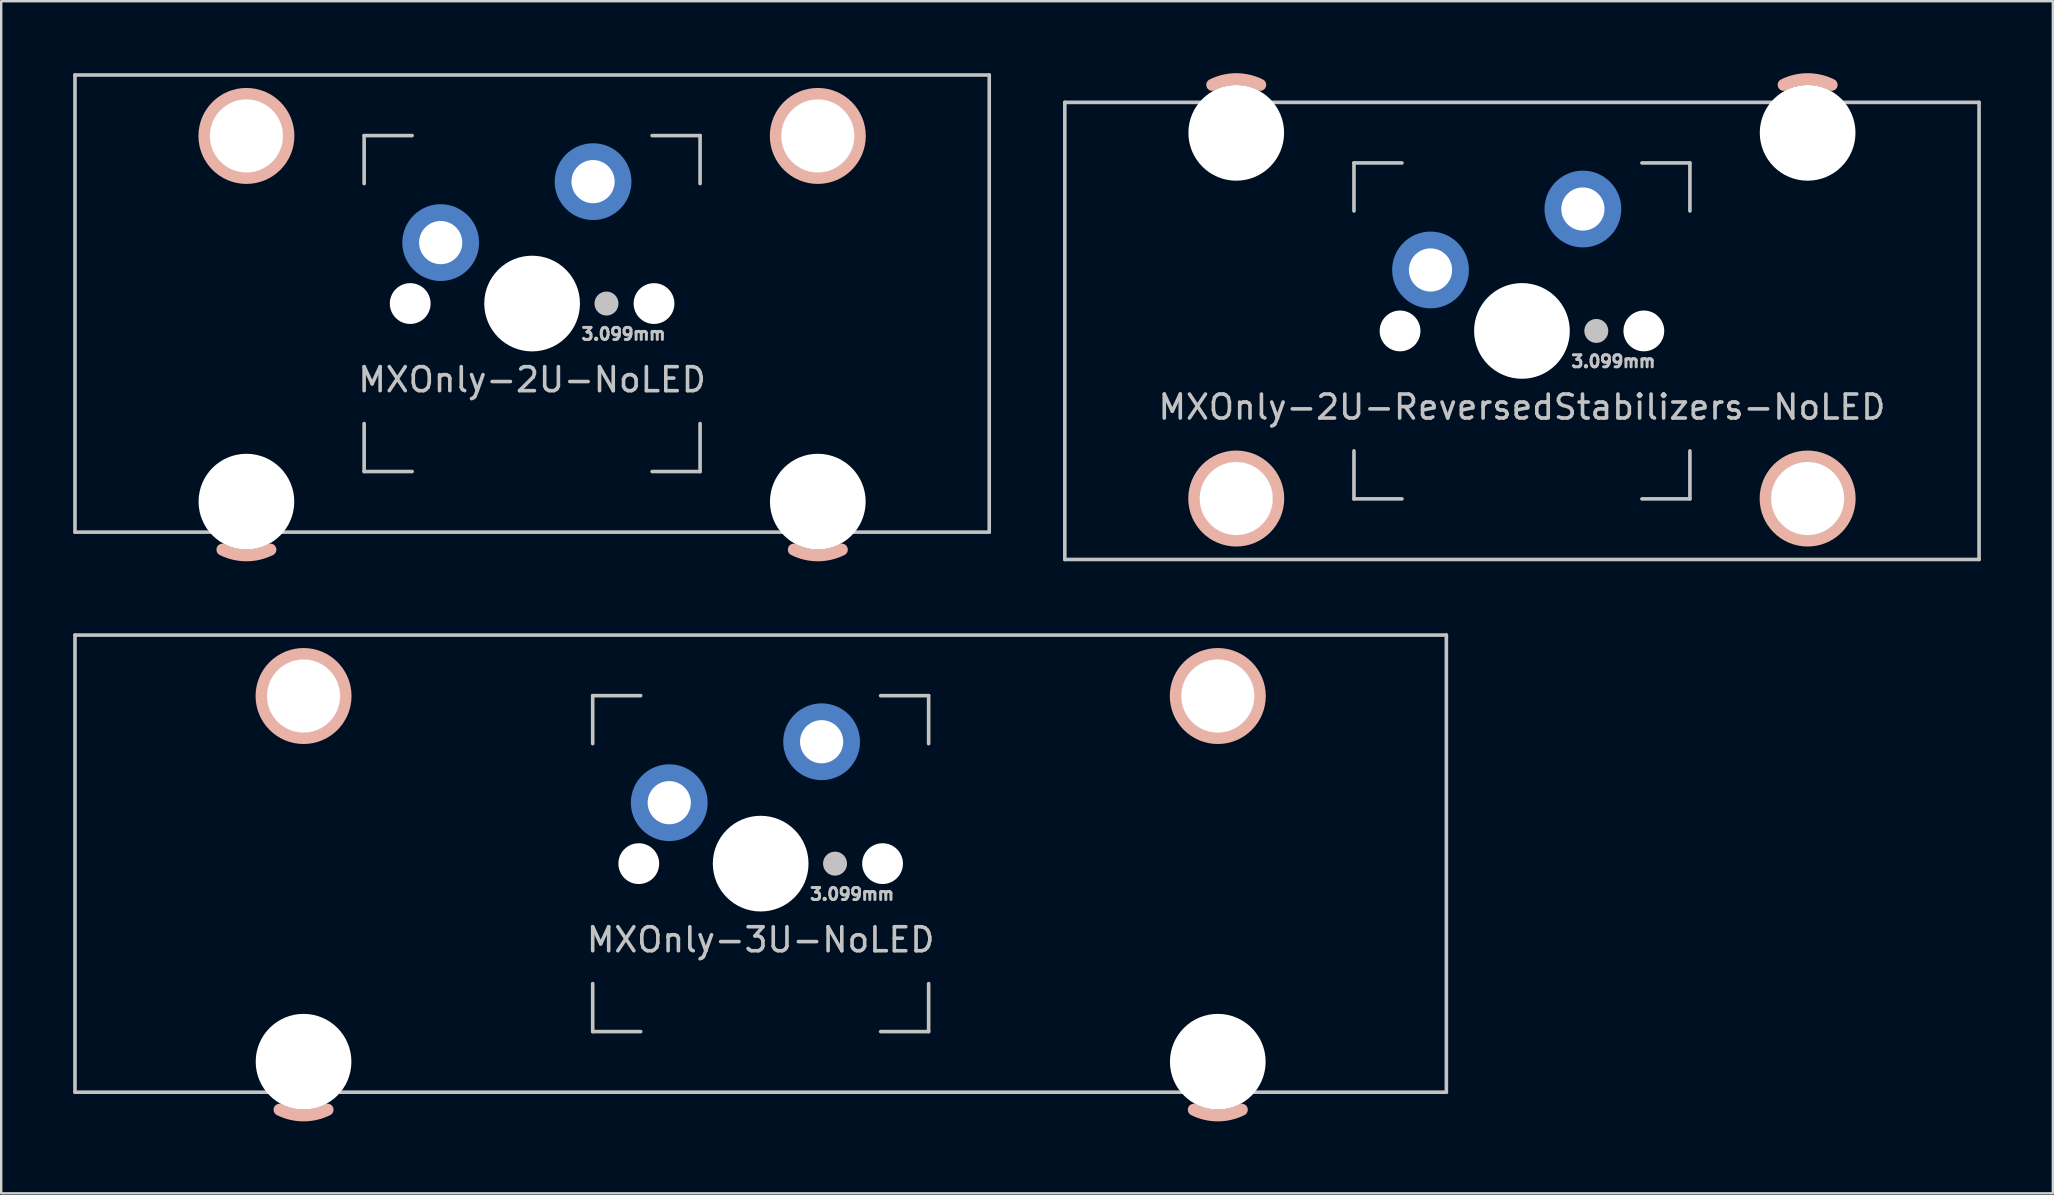
<source format=kicad_pcb>
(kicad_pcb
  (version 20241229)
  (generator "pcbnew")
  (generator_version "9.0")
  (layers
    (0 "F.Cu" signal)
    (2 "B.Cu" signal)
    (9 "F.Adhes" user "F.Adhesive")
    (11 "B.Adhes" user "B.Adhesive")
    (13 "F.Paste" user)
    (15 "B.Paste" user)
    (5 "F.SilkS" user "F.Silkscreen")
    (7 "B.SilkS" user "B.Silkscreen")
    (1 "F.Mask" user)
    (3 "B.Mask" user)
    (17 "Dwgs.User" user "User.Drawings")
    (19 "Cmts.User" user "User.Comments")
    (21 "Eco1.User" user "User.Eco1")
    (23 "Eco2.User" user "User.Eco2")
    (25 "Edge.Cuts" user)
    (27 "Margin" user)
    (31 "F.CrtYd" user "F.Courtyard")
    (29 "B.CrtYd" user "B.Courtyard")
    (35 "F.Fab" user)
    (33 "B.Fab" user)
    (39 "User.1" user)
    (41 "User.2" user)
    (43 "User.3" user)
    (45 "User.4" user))
  (footprint "MXOnly-2U-NoLED"
    (layer "F.Cu")
    (at 19.125 9.6)
    (property "Reference" "MXOnly-2U-NoLED" (at 0 3.175 0) (layer "Dwgs.User") (effects (font (size 1 1) (thickness 0.15))))
    (attr through_hole)
    (fp_arc (start -10.90625 10.255) (mid -11.905663 10.491068) (end -12.905199 10.255525) (stroke (width 0.5) (type solid)) (layer "B.SilkS"))
    (fp_arc (start 12.90625 10.255) (mid 11.906837 10.491068) (end 10.907301 10.255525) (stroke (width 0.5) (type solid)) (layer "B.SilkS"))
    (fp_circle (center -11.906 -6.985) (end -10.156 -6.985) (stroke (width 0.5) (type solid)) (fill no) (layer "B.SilkS"))
    (fp_circle (center 11.906 -6.985) (end 13.656 -6.985) (stroke (width 0.5) (type solid)) (fill no) (layer "B.SilkS"))
    (fp_line (start -19.05 -9.525) (end 19.05 -9.525) (stroke (width 0.15) (type solid)) (layer "Dwgs.User"))
    (fp_line (start -19.05 9.525) (end -19.05 -9.525) (stroke (width 0.15) (type solid)) (layer "Dwgs.User"))
    (fp_line (start -19.05 9.525) (end 19.05 9.525) (stroke (width 0.15) (type solid)) (layer "Dwgs.User"))
    (fp_line (start -7 -7) (end -7 -5) (stroke (width 0.15) (type solid)) (layer "Dwgs.User"))
    (fp_line (start -7 5) (end -7 7) (stroke (width 0.15) (type solid)) (layer "Dwgs.User"))
    (fp_line (start -7 7) (end -5 7) (stroke (width 0.15) (type solid)) (layer "Dwgs.User"))
    (fp_line (start -5 -7) (end -7 -7) (stroke (width 0.15) (type solid)) (layer "Dwgs.User"))
    (fp_line (start 5 -7) (end 7 -7) (stroke (width 0.15) (type solid)) (layer "Dwgs.User"))
    (fp_line (start 5 7) (end 7 7) (stroke (width 0.15) (type solid)) (layer "Dwgs.User"))
    (fp_line (start 7 -7) (end 7 -5) (stroke (width 0.15) (type solid)) (layer "Dwgs.User"))
    (fp_line (start 7 7) (end 7 5) (stroke (width 0.15) (type solid)) (layer "Dwgs.User"))
    (fp_line (start 19.05 -9.525) (end 19.05 9.525) (stroke (width 0.15) (type solid)) (layer "Dwgs.User"))
    (fp_text user "3.099mm" (at 3.81 1.27 0) (layer "Dwgs.User") (effects (font (size 0.5 0.5) (thickness 0.125))))
    (pad "" np_thru_hole circle (at -11.906 -6.985 180) (size 3.048 3.048) (drill 3.048) (layers "*.Cu" "*.Mask"))
    (pad "" np_thru_hole circle (at -11.906 8.255 180) (size 3.988 3.988) (drill 3.988) (layers "*.Cu" "*.Mask"))
    (pad "" np_thru_hole circle (at -5.08 0 48.099) (size 1.7 1.7) (drill 1.7) (layers "*.Cu" "*.Mask"))
    (pad "" smd circle (at -3.81 -2.54) (size 2.8 2.8) (layers "B.Mask"))
    (pad "" np_thru_hole circle (at 0 0) (size 3.988 3.988) (drill 3.988) (layers "*.Cu" "*.Mask"))
    (pad "" smd circle (at 2.54 -5.08) (size 2.8 2.8) (layers "B.Mask"))
    (pad "" smd circle (at 3.099 0) (size 1 1) (layers "Dwgs.User"))
    (pad "" np_thru_hole circle (at 5.08 0 48.099) (size 1.7 1.7) (drill 1.7) (layers "*.Cu" "*.Mask"))
    (pad "" np_thru_hole circle (at 11.906 -6.985 180) (size 3.048 3.048) (drill 3.048) (layers "*.Cu" "*.Mask"))
    (pad "" np_thru_hole circle (at 11.906 8.255 180) (size 3.988 3.988) (drill 3.988) (layers "*.Cu" "*.Mask"))
    (pad "1" thru_hole circle (at -3.81 -2.54) (size 2.4 2.4) (drill 1.8) (layers "*.Cu"))
    (pad "1" connect circle (at -3.81 -2.54) (size 3.2 3.2) (layers "B.Cu"))
    (pad "2" thru_hole circle (at 2.54 -5.08) (size 2.4 2.4) (drill 1.8) (layers "*.Cu"))
    (pad "2" connect circle (at 2.54 -5.08) (size 3.2 3.2) (layers "B.Cu")))
  (footprint "MXOnly-3U-NoLED"
    (layer "F.Cu")
    (at 28.65 32.941)
    (property "Reference" "MXOnly-3U-NoLED" (at 0 3.175 0) (layer "Dwgs.User") (effects (font (size 1 1) (thickness 0.15))))
    (attr through_hole)
    (fp_arc (start -18.05 10.255) (mid -19.049413 10.491068) (end -20.048949 10.255525) (stroke (width 0.5) (type solid)) (layer "B.SilkS"))
    (fp_arc (start 20.05 10.255) (mid 19.050587 10.491068) (end 18.051051 10.255525) (stroke (width 0.5) (type solid)) (layer "B.SilkS"))
    (fp_circle (center -19.05 -6.985) (end -17.3 -6.985) (stroke (width 0.5) (type solid)) (fill no) (layer "B.SilkS"))
    (fp_circle (center 19.05 -6.985) (end 20.8 -6.985) (stroke (width 0.5) (type solid)) (fill no) (layer "B.SilkS"))
    (fp_line (start -28.575 -9.525) (end 28.575 -9.525) (stroke (width 0.15) (type solid)) (layer "Dwgs.User"))
    (fp_line (start -28.575 9.525) (end -28.575 -9.525) (stroke (width 0.15) (type solid)) (layer "Dwgs.User"))
    (fp_line (start -28.575 9.525) (end 28.575 9.525) (stroke (width 0.15) (type solid)) (layer "Dwgs.User"))
    (fp_line (start -7 -7) (end -7 -5) (stroke (width 0.15) (type solid)) (layer "Dwgs.User"))
    (fp_line (start -7 5) (end -7 7) (stroke (width 0.15) (type solid)) (layer "Dwgs.User"))
    (fp_line (start -7 7) (end -5 7) (stroke (width 0.15) (type solid)) (layer "Dwgs.User"))
    (fp_line (start -5 -7) (end -7 -7) (stroke (width 0.15) (type solid)) (layer "Dwgs.User"))
    (fp_line (start 5 -7) (end 7 -7) (stroke (width 0.15) (type solid)) (layer "Dwgs.User"))
    (fp_line (start 5 7) (end 7 7) (stroke (width 0.15) (type solid)) (layer "Dwgs.User"))
    (fp_line (start 7 -7) (end 7 -5) (stroke (width 0.15) (type solid)) (layer "Dwgs.User"))
    (fp_line (start 7 7) (end 7 5) (stroke (width 0.15) (type solid)) (layer "Dwgs.User"))
    (fp_line (start 28.575 -9.525) (end 28.575 9.525) (stroke (width 0.15) (type solid)) (layer "Dwgs.User"))
    (fp_text user "3.099mm" (at 3.81 1.27 0) (layer "Dwgs.User") (effects (font (size 0.5 0.5) (thickness 0.125))))
    (pad "" np_thru_hole circle (at -19.05 -6.985) (size 3.048 3.048) (drill 3.048) (layers "*.Cu" "*.Mask"))
    (pad "" np_thru_hole circle (at -19.05 8.255) (size 3.988 3.988) (drill 3.988) (layers "*.Cu" "*.Mask"))
    (pad "" np_thru_hole circle (at -5.08 0 48.099) (size 1.7 1.7) (drill 1.7) (layers "*.Cu" "*.Mask"))
    (pad "" smd circle (at -3.81 -2.54) (size 2.8 2.8) (layers "B.Mask"))
    (pad "" np_thru_hole circle (at 0 0) (size 3.988 3.988) (drill 3.988) (layers "*.Cu" "*.Mask"))
    (pad "" smd circle (at 2.54 -5.08) (size 2.8 2.8) (layers "B.Mask"))
    (pad "" smd circle (at 3.099 0) (size 1 1) (layers "Dwgs.User"))
    (pad "" np_thru_hole circle (at 5.08 0 48.099) (size 1.7 1.7) (drill 1.7) (layers "*.Cu" "*.Mask"))
    (pad "" np_thru_hole circle (at 19.05 -6.985) (size 3.048 3.048) (drill 3.048) (layers "*.Cu" "*.Mask"))
    (pad "" np_thru_hole circle (at 19.05 8.255) (size 3.988 3.988) (drill 3.988) (layers "*.Cu" "*.Mask"))
    (pad "1" thru_hole circle (at -3.81 -2.54) (size 2.4 2.4) (drill 1.8) (layers "*.Cu"))
    (pad "1" connect circle (at -3.81 -2.54) (size 3.2 3.2) (layers "B.Cu"))
    (pad "2" thru_hole circle (at 2.54 -5.08) (size 2.4 2.4) (drill 1.8) (layers "*.Cu"))
    (pad "2" connect circle (at 2.54 -5.08) (size 3.2 3.2) (layers "B.Cu")))
  (footprint "MXOnly-2U-ReversedStabilizers-NoLED"
    (layer "F.Cu")
    (at 60.375 10.741)
    (property "Reference" "MXOnly-2U-ReversedStabilizers-NoLED" (at 0 3.175 0) (layer "Dwgs.User") (effects (font (size 1 1) (thickness 0.15))))
    (attr through_hole)
    (fp_arc (start -12.90625 -10.255) (mid -11.906837 -10.491068) (end -10.907301 -10.255525) (stroke (width 0.5) (type solid)) (layer "B.SilkS"))
    (fp_arc (start 10.90625 -10.255) (mid 11.905663 -10.491068) (end 12.905199 -10.255525) (stroke (width 0.5) (type solid)) (layer "B.SilkS"))
    (fp_circle (center -11.906 6.985) (end -13.656 6.985) (stroke (width 0.5) (type solid)) (fill no) (layer "B.SilkS"))
    (fp_circle (center 11.906 6.985) (end 10.156 6.985) (stroke (width 0.5) (type solid)) (fill no) (layer "B.SilkS"))
    (fp_line (start -19.05 -9.525) (end 19.05 -9.525) (stroke (width 0.15) (type solid)) (layer "Dwgs.User"))
    (fp_line (start -19.05 9.525) (end -19.05 -9.525) (stroke (width 0.15) (type solid)) (layer "Dwgs.User"))
    (fp_line (start -19.05 9.525) (end 19.05 9.525) (stroke (width 0.15) (type solid)) (layer "Dwgs.User"))
    (fp_line (start -7 -7) (end -7 -5) (stroke (width 0.15) (type solid)) (layer "Dwgs.User"))
    (fp_line (start -7 5) (end -7 7) (stroke (width 0.15) (type solid)) (layer "Dwgs.User"))
    (fp_line (start -7 7) (end -5 7) (stroke (width 0.15) (type solid)) (layer "Dwgs.User"))
    (fp_line (start -5 -7) (end -7 -7) (stroke (width 0.15) (type solid)) (layer "Dwgs.User"))
    (fp_line (start 5 -7) (end 7 -7) (stroke (width 0.15) (type solid)) (layer "Dwgs.User"))
    (fp_line (start 5 7) (end 7 7) (stroke (width 0.15) (type solid)) (layer "Dwgs.User"))
    (fp_line (start 7 -7) (end 7 -5) (stroke (width 0.15) (type solid)) (layer "Dwgs.User"))
    (fp_line (start 7 7) (end 7 5) (stroke (width 0.15) (type solid)) (layer "Dwgs.User"))
    (fp_line (start 19.05 -9.525) (end 19.05 9.525) (stroke (width 0.15) (type solid)) (layer "Dwgs.User"))
    (fp_text user "3.099mm" (at 3.81 1.27 0) (layer "Dwgs.User") (effects (font (size 0.5 0.5) (thickness 0.125))))
    (pad "" np_thru_hole circle (at -11.906 -8.255) (size 3.988 3.988) (drill 3.988) (layers "*.Cu" "*.Mask"))
    (pad "" np_thru_hole circle (at -11.906 6.985) (size 3.048 3.048) (drill 3.048) (layers "*.Cu" "*.Mask"))
    (pad "" np_thru_hole circle (at -5.08 0 48.099) (size 1.7 1.7) (drill 1.7) (layers "*.Cu" "*.Mask"))
    (pad "" smd circle (at -3.81 -2.54) (size 2.8 2.8) (layers "B.Mask"))
    (pad "" np_thru_hole circle (at 0 0) (size 3.988 3.988) (drill 3.988) (layers "*.Cu" "*.Mask"))
    (pad "" smd circle (at 2.54 -5.08) (size 2.8 2.8) (layers "B.Mask"))
    (pad "" smd circle (at 3.099 0) (size 1 1) (layers "Dwgs.User"))
    (pad "" np_thru_hole circle (at 5.08 0 48.099) (size 1.7 1.7) (drill 1.7) (layers "*.Cu" "*.Mask"))
    (pad "" np_thru_hole circle (at 11.906 -8.255) (size 3.988 3.988) (drill 3.988) (layers "*.Cu" "*.Mask"))
    (pad "" np_thru_hole circle (at 11.906 6.985) (size 3.048 3.048) (drill 3.048) (layers "*.Cu" "*.Mask"))
    (pad "1" thru_hole circle (at -3.81 -2.54) (size 2.4 2.4) (drill 1.8) (layers "*.Cu"))
    (pad "1" connect circle (at -3.81 -2.54) (size 3.2 3.2) (layers "B.Cu"))
    (pad "2" thru_hole circle (at 2.54 -5.08) (size 2.4 2.4) (drill 1.8) (layers "*.Cu"))
    (pad "2" connect circle (at 2.54 -5.08) (size 3.2 3.2) (layers "B.Cu")))
  (gr_rect
    (start -3 -3)
    (end 82.5 46.682)
    (stroke (width 0.1) (type default))
    (fill no)
    (layer "Edge.Cuts")))
</source>
